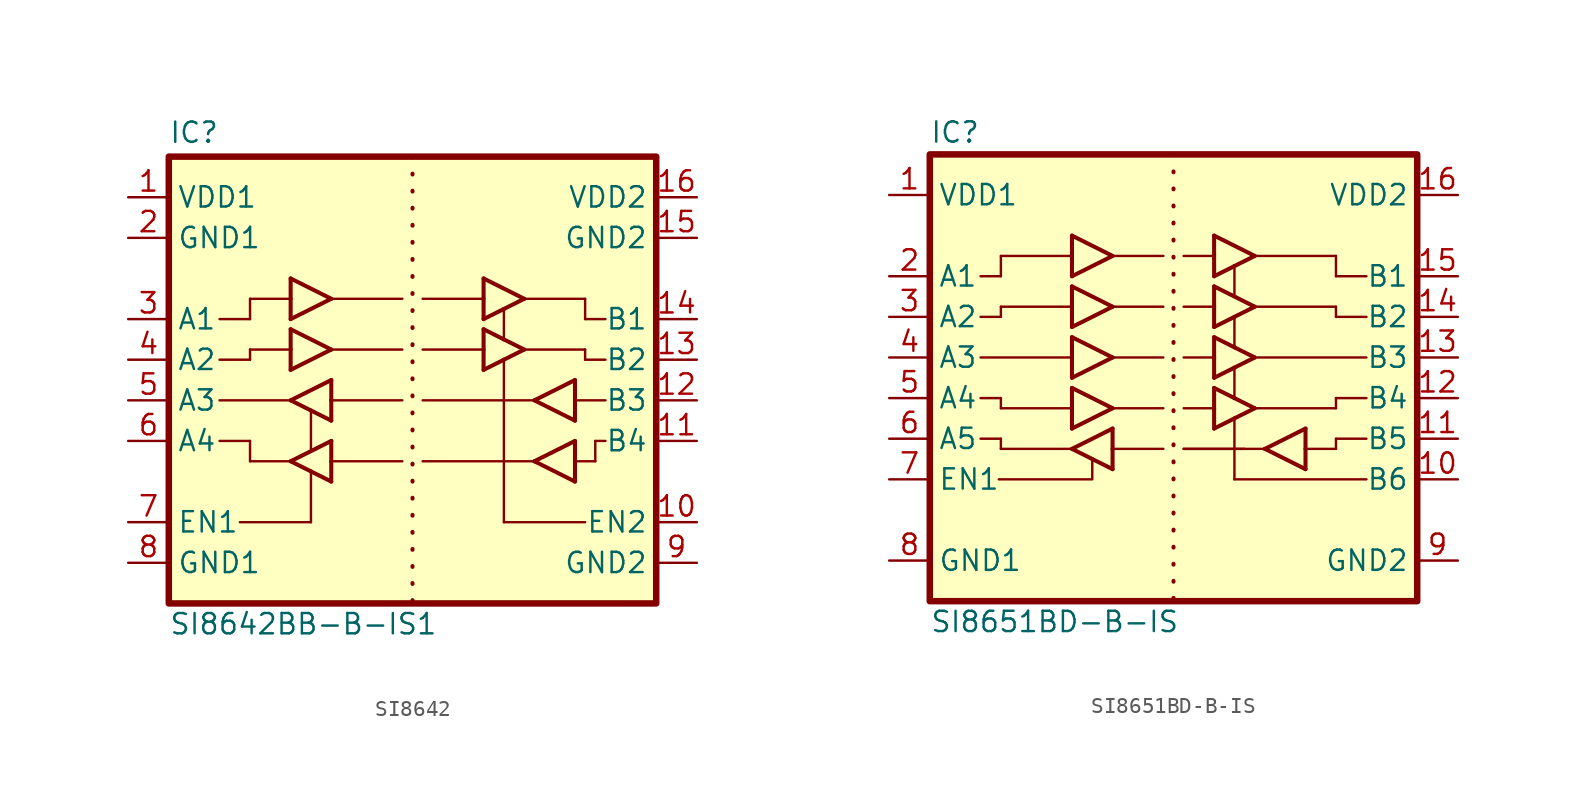
<source format=kicad_sym>
(kicad_symbol_lib
  (version 20241209)
  (generator "kicad_symbol_editor")
  (generator_version "9.0")
  (symbol "SI8642"
    (property "Reference" "IC"
      (at -15.24 13.462 0)
      (effects (font (size 1.27 1.27)) (justify left bottom)))
    (property "Value" "SI8642BB-B-IS1"
      (at -15.24 -17.272 0)
      (effects (font (size 1.27 1.27)) (justify left bottom)))
    (symbol "SI8642_1_0"
      (polyline (pts (xy -12.065 0) (xy -10.16 0)) (stroke (width 0.152) (type solid)) (fill (type none)))
      (polyline (pts (xy -12.065 -2.54) (xy -7.62 -2.54)) (stroke (width 0.152) (type solid)) (fill (type none)))
      (polyline (pts (xy -12.065 -5.08) (xy -10.16 -5.08)) (stroke (width 0.152) (type solid)) (fill (type none)))
      (polyline (pts (xy -10.795 -10.16) (xy -6.35 -10.16)) (stroke (width 0.152) (type solid)) (fill (type none)))
      (polyline (pts (xy -10.16 3.81) (xy -10.16 2.54)) (stroke (width 0.152) (type solid)) (fill (type none)))
      (polyline (pts (xy -10.16 2.54) (xy -12.065 2.54)) (stroke (width 0.152) (type solid)) (fill (type none)))
      (polyline (pts (xy -10.16 0.635) (xy -7.62 0.635)) (stroke (width 0.152) (type solid)) (fill (type none)))
      (polyline (pts (xy -10.16 0) (xy -10.16 0.635)) (stroke (width 0.152) (type solid)) (fill (type none)))
      (polyline (pts (xy -10.16 -5.08) (xy -10.16 -6.35)) (stroke (width 0.152) (type solid)) (fill (type none)))
      (polyline (pts (xy -10.16 -6.35) (xy -7.62 -6.35)) (stroke (width 0.152) (type solid)) (fill (type none)))
      (polyline (pts (xy -7.62 5.08) (xy -5.08 3.81)) (stroke (width 0.254) (type solid)) (fill (type none)))
      (polyline (pts (xy -7.62 3.81) (xy -10.16 3.81)) (stroke (width 0.152) (type solid)) (fill (type none)))
      (polyline (pts (xy -7.62 3.81) (xy -7.62 5.08)) (stroke (width 0.254) (type solid)) (fill (type none)))
      (polyline (pts (xy -7.62 2.54) (xy -7.62 3.81)) (stroke (width 0.254) (type solid)) (fill (type none)))
      (polyline (pts (xy -7.62 1.905) (xy -5.08 0.635)) (stroke (width 0.254) (type solid)) (fill (type none)))
      (polyline (pts (xy -7.62 0.635) (xy -7.62 1.905)) (stroke (width 0.254) (type solid)) (fill (type none)))
      (polyline (pts (xy -7.62 -0.635) (xy -7.62 0.635)) (stroke (width 0.254) (type solid)) (fill (type none)))
      (polyline (pts (xy -7.62 -2.54) (xy -5.08 -1.27)) (stroke (width 0.254) (type solid)) (fill (type none)))
      (polyline (pts (xy -7.62 -6.35) (xy -5.08 -5.08)) (stroke (width 0.254) (type solid)) (fill (type none)))
      (polyline (pts (xy -6.35 -3.175) (xy -7.62 -2.54)) (stroke (width 0.254) (type solid)) (fill (type none)))
      (polyline (pts (xy -6.35 -5.715) (xy -6.35 -3.175)) (stroke (width 0.152) (type solid)) (fill (type none)))
      (polyline (pts (xy -6.35 -6.985) (xy -7.62 -6.35)) (stroke (width 0.254) (type solid)) (fill (type none)))
      (polyline (pts (xy -6.35 -10.16) (xy -6.35 -6.985)) (stroke (width 0.152) (type solid)) (fill (type none)))
      (polyline (pts (xy -5.08 3.81) (xy -7.62 2.54)) (stroke (width 0.254) (type solid)) (fill (type none)))
      (polyline (pts (xy -5.08 3.81) (xy -0.635 3.81)) (stroke (width 0.152) (type solid)) (fill (type none)))
      (polyline (pts (xy -5.08 0.635) (xy -7.62 -0.635)) (stroke (width 0.254) (type solid)) (fill (type none)))
      (polyline (pts (xy -5.08 0.635) (xy -0.635 0.635)) (stroke (width 0.152) (type solid)) (fill (type none)))
      (polyline (pts (xy -5.08 -1.27) (xy -5.08 -2.54)) (stroke (width 0.254) (type solid)) (fill (type none)))
      (polyline (pts (xy -5.08 -2.54) (xy -5.08 -3.81)) (stroke (width 0.254) (type solid)) (fill (type none)))
      (polyline (pts (xy -5.08 -2.54) (xy -0.635 -2.54)) (stroke (width 0.152) (type solid)) (fill (type none)))
      (polyline (pts (xy -5.08 -3.81) (xy -6.35 -3.175)) (stroke (width 0.254) (type solid)) (fill (type none)))
      (polyline (pts (xy -5.08 -5.08) (xy -5.08 -6.35)) (stroke (width 0.254) (type solid)) (fill (type none)))
      (polyline (pts (xy -5.08 -6.35) (xy -5.08 -7.62)) (stroke (width 0.254) (type solid)) (fill (type none)))
      (polyline (pts (xy -5.08 -6.35) (xy -0.635 -6.35)) (stroke (width 0.152) (type solid)) (fill (type none)))
      (polyline (pts (xy -5.08 -7.62) (xy -6.35 -6.985)) (stroke (width 0.254) (type solid)) (fill (type none)))
      (polyline (pts (xy 0 12.7) (xy 0 -15.24)) (stroke (width 0.254) (type dot)) (fill (type none)))
      (polyline (pts (xy 0.635 0.635) (xy 4.445 0.635)) (stroke (width 0.152) (type solid)) (fill (type none)))
      (polyline (pts (xy 0.635 -2.54) (xy 7.62 -2.54)) (stroke (width 0.152) (type solid)) (fill (type none)))
      (polyline (pts (xy 0.635 -6.35) (xy 7.62 -6.35)) (stroke (width 0.152) (type solid)) (fill (type none)))
      (polyline (pts (xy 4.445 5.08) (xy 6.985 3.81)) (stroke (width 0.254) (type solid)) (fill (type none)))
      (polyline (pts (xy 4.445 3.81) (xy 0.635 3.81)) (stroke (width 0.152) (type solid)) (fill (type none)))
      (polyline (pts (xy 4.445 3.81) (xy 4.445 5.08)) (stroke (width 0.254) (type solid)) (fill (type none)))
      (polyline (pts (xy 4.445 2.54) (xy 4.445 3.81)) (stroke (width 0.254) (type solid)) (fill (type none)))
      (polyline (pts (xy 4.445 1.905) (xy 5.715 1.27)) (stroke (width 0.254) (type solid)) (fill (type none)))
      (polyline (pts (xy 4.445 0.635) (xy 4.445 1.905)) (stroke (width 0.254) (type solid)) (fill (type none)))
      (polyline (pts (xy 4.445 -0.635) (xy 4.445 0.635)) (stroke (width 0.254) (type solid)) (fill (type none)))
      (polyline (pts (xy 5.715 3.175) (xy 4.445 2.54)) (stroke (width 0.254) (type solid)) (fill (type none)))
      (polyline (pts (xy 5.715 1.27) (xy 5.715 3.175)) (stroke (width 0.152) (type solid)) (fill (type none)))
      (polyline (pts (xy 5.715 1.27) (xy 6.985 0.635)) (stroke (width 0.254) (type solid)) (fill (type none)))
      (polyline (pts (xy 5.715 0) (xy 4.445 -0.635)) (stroke (width 0.254) (type solid)) (fill (type none)))
      (polyline (pts (xy 5.715 -10.16) (xy 5.715 0)) (stroke (width 0.152) (type solid)) (fill (type none)))
      (polyline (pts (xy 6.985 3.81) (xy 5.715 3.175)) (stroke (width 0.254) (type solid)) (fill (type none)))
      (polyline (pts (xy 6.985 3.81) (xy 10.795 3.81)) (stroke (width 0.152) (type solid)) (fill (type none)))
      (polyline (pts (xy 6.985 0.635) (xy 5.715 0)) (stroke (width 0.254) (type solid)) (fill (type none)))
      (polyline (pts (xy 6.985 0.635) (xy 10.795 0.635)) (stroke (width 0.152) (type solid)) (fill (type none)))
      (polyline (pts (xy 7.62 -2.54) (xy 10.16 -1.27)) (stroke (width 0.254) (type solid)) (fill (type none)))
      (polyline (pts (xy 7.62 -6.35) (xy 10.16 -5.08)) (stroke (width 0.254) (type solid)) (fill (type none)))
      (polyline (pts (xy 10.16 -1.27) (xy 10.16 -2.54)) (stroke (width 0.254) (type solid)) (fill (type none)))
      (polyline (pts (xy 10.16 -2.54) (xy 10.16 -3.81)) (stroke (width 0.254) (type solid)) (fill (type none)))
      (polyline (pts (xy 10.16 -2.54) (xy 12.065 -2.54)) (stroke (width 0.152) (type solid)) (fill (type none)))
      (polyline (pts (xy 10.16 -3.81) (xy 7.62 -2.54)) (stroke (width 0.254) (type solid)) (fill (type none)))
      (polyline (pts (xy 10.16 -5.08) (xy 10.16 -6.35)) (stroke (width 0.254) (type solid)) (fill (type none)))
      (polyline (pts (xy 10.16 -6.35) (xy 10.16 -7.62)) (stroke (width 0.254) (type solid)) (fill (type none)))
      (polyline (pts (xy 10.16 -6.35) (xy 11.43 -6.35)) (stroke (width 0.152) (type solid)) (fill (type none)))
      (polyline (pts (xy 10.16 -7.62) (xy 7.62 -6.35)) (stroke (width 0.254) (type solid)) (fill (type none)))
      (polyline (pts (xy 10.795 3.81) (xy 10.795 2.54)) (stroke (width 0.152) (type solid)) (fill (type none)))
      (polyline (pts (xy 10.795 2.54) (xy 12.065 2.54)) (stroke (width 0.152) (type solid)) (fill (type none)))
      (polyline (pts (xy 10.795 0.635) (xy 10.795 0)) (stroke (width 0.152) (type solid)) (fill (type none)))
      (polyline (pts (xy 10.795 0) (xy 12.065 0)) (stroke (width 0.152) (type solid)) (fill (type none)))
      (polyline (pts (xy 10.795 -10.16) (xy 5.715 -10.16)) (stroke (width 0.152) (type solid)) (fill (type none)))
      (polyline (pts (xy 11.43 -5.08) (xy 12.065 -5.08)) (stroke (width 0.152) (type solid)) (fill (type none)))
      (polyline (pts (xy 11.43 -6.35) (xy 11.43 -5.08)) (stroke (width 0.152) (type solid)) (fill (type none)))
      (pin passive line (at -17.78 10.16 0) (length 2.54) (name "VDD1" (effects (font (size 1.27 1.27)))) (number "1" (effects (font (size 1.27 1.27)))))
      (pin passive line (at -17.78 7.62 0) (length 2.54) (name "GND1" (effects (font (size 1.27 1.27)))) (number "2" (effects (font (size 1.27 1.27)))))
      (pin input line (at -17.78 2.54 0) (length 2.54) (name "A1" (effects (font (size 1.27 1.27)))) (number "3" (effects (font (size 1.27 1.27)))))
      (pin input line (at -17.78 0 0) (length 2.54) (name "A2" (effects (font (size 1.27 1.27)))) (number "4" (effects (font (size 1.27 1.27)))))
      (pin input line (at -17.78 -2.54 0) (length 2.54) (name "A3" (effects (font (size 1.27 1.27)))) (number "5" (effects (font (size 1.27 1.27)))))
      (pin output line (at -17.78 -5.08 0) (length 2.54) (name "A4" (effects (font (size 1.27 1.27)))) (number "6" (effects (font (size 1.27 1.27)))))
      (pin input line (at -17.78 -10.16 0) (length 2.54) (name "EN1" (effects (font (size 1.27 1.27)))) (number "7" (effects (font (size 1.27 1.27)))))
      (pin passive line (at -17.78 -12.7 0) (length 2.54) (name "GND1" (effects (font (size 1.27 1.27)))) (number "8" (effects (font (size 1.27 1.27)))))
      (pin passive line (at 17.78 10.16 180) (length 2.54) (name "VDD2" (effects (font (size 1.27 1.27)))) (number "16" (effects (font (size 1.27 1.27)))))
      (pin passive line (at 17.78 7.62 180) (length 2.54) (name "GND2" (effects (font (size 1.27 1.27)))) (number "15" (effects (font (size 1.27 1.27)))))
      (pin output line (at 17.78 2.54 180) (length 2.54) (name "B1" (effects (font (size 1.27 1.27)))) (number "14" (effects (font (size 1.27 1.27)))))
      (pin output line (at 17.78 0 180) (length 2.54) (name "B2" (effects (font (size 1.27 1.27)))) (number "13" (effects (font (size 1.27 1.27)))))
      (pin output line (at 17.78 -2.54 180) (length 2.54) (name "B3" (effects (font (size 1.27 1.27)))) (number "12" (effects (font (size 1.27 1.27)))))
      (pin input line (at 17.78 -5.08 180) (length 2.54) (name "B4" (effects (font (size 1.27 1.27)))) (number "11" (effects (font (size 1.27 1.27)))))
      (pin input line (at 17.78 -10.16 180) (length 2.54) (name "EN2" (effects (font (size 1.27 1.27)))) (number "10" (effects (font (size 1.27 1.27)))))
      (pin passive line (at 17.78 -12.7 180) (length 2.54) (name "GND2" (effects (font (size 1.27 1.27)))) (number "9" (effects (font (size 1.27 1.27))))))
    (symbol "SI8642_1_1"
      (rectangle (start -15.24 12.7) (end 15.24 -15.24) (stroke (width 0.406) (type default)) (fill (type background)))))
  (symbol "SI8651BD-B-IS"
    (property "Reference" "IC"
      (at 0 0.635 0)
      (effects (font (size 1.27 1.27)) (justify left bottom)))
    (property "Value" "SI8651BD-B-IS"
      (at 0 -29.972 0)
      (effects (font (size 1.27 1.27)) (justify left bottom)))
    (symbol "SI8651BD-B-IS_0_1"
      (polyline (pts (xy 10.16 -19.05) (xy 10.16 -20.32) (xy 4.318 -20.32)) (stroke (width 0) (type default)) (fill (type none))))
    (symbol "SI8651BD-B-IS_1_0"
      (polyline (pts (xy 3.175 -7.62) (xy 4.445 -7.62)) (stroke (width 0.152) (type solid)) (fill (type none)))
      (polyline (pts (xy 3.175 -10.16) (xy 4.445 -10.16)) (stroke (width 0.152) (type solid)) (fill (type none)))
      (polyline (pts (xy 3.175 -15.24) (xy 4.445 -15.24)) (stroke (width 0.152) (type solid)) (fill (type none)))
      (polyline (pts (xy 3.175 -17.78) (xy 4.445 -17.78)) (stroke (width 0.152) (type solid)) (fill (type none)))
      (polyline (pts (xy 4.445 -6.35) (xy 4.445 -7.62)) (stroke (width 0.152) (type solid)) (fill (type none)))
      (polyline (pts (xy 4.445 -9.525) (xy 4.445 -10.16)) (stroke (width 0.152) (type solid)) (fill (type none)))
      (polyline (pts (xy 4.445 -15.875) (xy 4.445 -15.24)) (stroke (width 0.152) (type solid)) (fill (type none)))
      (polyline (pts (xy 4.445 -17.78) (xy 4.445 -18.415)) (stroke (width 0.152) (type solid)) (fill (type none)))
      (polyline (pts (xy 8.89 -5.08) (xy 11.43 -6.35)) (stroke (width 0.254) (type solid)) (fill (type none)))
      (polyline (pts (xy 8.89 -6.35) (xy 4.445 -6.35)) (stroke (width 0.152) (type solid)) (fill (type none)))
      (polyline (pts (xy 8.89 -6.35) (xy 8.89 -5.08)) (stroke (width 0.254) (type solid)) (fill (type none)))
      (polyline (pts (xy 8.89 -7.62) (xy 8.89 -6.35)) (stroke (width 0.254) (type solid)) (fill (type none)))
      (polyline (pts (xy 8.89 -8.255) (xy 11.43 -9.525)) (stroke (width 0.254) (type solid)) (fill (type none)))
      (polyline (pts (xy 8.89 -9.525) (xy 4.445 -9.525)) (stroke (width 0.152) (type solid)) (fill (type none)))
      (polyline (pts (xy 8.89 -9.525) (xy 8.89 -8.255)) (stroke (width 0.254) (type solid)) (fill (type none)))
      (polyline (pts (xy 8.89 -10.795) (xy 8.89 -9.525)) (stroke (width 0.254) (type solid)) (fill (type none)))
      (polyline (pts (xy 8.89 -11.43) (xy 11.43 -12.7)) (stroke (width 0.254) (type solid)) (fill (type none)))
      (polyline (pts (xy 8.89 -12.7) (xy 3.175 -12.7)) (stroke (width 0.152) (type solid)) (fill (type none)))
      (polyline (pts (xy 8.89 -12.7) (xy 8.89 -11.43)) (stroke (width 0.254) (type solid)) (fill (type none)))
      (polyline (pts (xy 8.89 -13.97) (xy 8.89 -12.7)) (stroke (width 0.254) (type solid)) (fill (type none)))
      (polyline (pts (xy 8.89 -14.605) (xy 11.43 -15.875)) (stroke (width 0.254) (type solid)) (fill (type none)))
      (polyline (pts (xy 8.89 -15.875) (xy 4.445 -15.875)) (stroke (width 0.152) (type solid)) (fill (type none)))
      (polyline (pts (xy 8.89 -15.875) (xy 8.89 -14.605)) (stroke (width 0.254) (type solid)) (fill (type none)))
      (polyline (pts (xy 8.89 -17.145) (xy 8.89 -15.875)) (stroke (width 0.254) (type solid)) (fill (type none)))
      (polyline (pts (xy 8.89 -18.415) (xy 4.445 -18.415)) (stroke (width 0.152) (type solid)) (fill (type none)))
      (polyline (pts (xy 8.89 -18.415) (xy 11.43 -17.145)) (stroke (width 0.254) (type solid)) (fill (type none)))
      (polyline (pts (xy 10.16 -19.05) (xy 8.89 -18.415)) (stroke (width 0.254) (type solid)) (fill (type none)))
      (polyline (pts (xy 11.43 -6.35) (xy 8.89 -7.62)) (stroke (width 0.254) (type solid)) (fill (type none)))
      (polyline (pts (xy 11.43 -6.35) (xy 14.605 -6.35)) (stroke (width 0.152) (type solid)) (fill (type none)))
      (polyline (pts (xy 11.43 -9.525) (xy 8.89 -10.795)) (stroke (width 0.254) (type solid)) (fill (type none)))
      (polyline (pts (xy 11.43 -9.525) (xy 14.605 -9.525)) (stroke (width 0.152) (type solid)) (fill (type none)))
      (polyline (pts (xy 11.43 -12.7) (xy 8.89 -13.97)) (stroke (width 0.254) (type solid)) (fill (type none)))
      (polyline (pts (xy 11.43 -12.7) (xy 14.605 -12.7)) (stroke (width 0.152) (type solid)) (fill (type none)))
      (polyline (pts (xy 11.43 -15.875) (xy 8.89 -17.145)) (stroke (width 0.254) (type solid)) (fill (type none)))
      (polyline (pts (xy 11.43 -15.875) (xy 14.605 -15.875)) (stroke (width 0.152) (type solid)) (fill (type none)))
      (polyline (pts (xy 11.43 -17.145) (xy 11.43 -18.415)) (stroke (width 0.254) (type solid)) (fill (type none)))
      (polyline (pts (xy 11.43 -18.415) (xy 11.43 -19.685)) (stroke (width 0.254) (type solid)) (fill (type none)))
      (polyline (pts (xy 11.43 -18.415) (xy 14.605 -18.415)) (stroke (width 0.152) (type solid)) (fill (type none)))
      (polyline (pts (xy 11.43 -19.685) (xy 10.16 -19.05)) (stroke (width 0.254) (type solid)) (fill (type none)))
      (polyline (pts (xy 15.24 0) (xy 15.24 -27.94)) (stroke (width 0.254) (type dot)) (fill (type none)))
      (polyline (pts (xy 15.875 -6.35) (xy 17.78 -6.35)) (stroke (width 0.152) (type solid)) (fill (type none)))
      (polyline (pts (xy 15.875 -9.525) (xy 17.78 -9.525)) (stroke (width 0.152) (type solid)) (fill (type none)))
      (polyline (pts (xy 15.875 -12.7) (xy 17.78 -12.7)) (stroke (width 0.152) (type solid)) (fill (type none)))
      (polyline (pts (xy 15.875 -15.875) (xy 17.78 -15.875)) (stroke (width 0.152) (type solid)) (fill (type none)))
      (polyline (pts (xy 15.875 -18.415) (xy 19.685 -18.415)) (stroke (width 0.152) (type solid)) (fill (type none)))
      (polyline (pts (xy 15.875 -18.415) (xy 20.955 -18.415)) (stroke (width 0.152) (type solid)) (fill (type none)))
      (polyline (pts (xy 17.78 -5.08) (xy 20.32 -6.35)) (stroke (width 0.254) (type solid)) (fill (type none)))
      (polyline (pts (xy 17.78 -6.35) (xy 17.78 -5.08)) (stroke (width 0.254) (type solid)) (fill (type none)))
      (polyline (pts (xy 17.78 -7.62) (xy 17.78 -6.35)) (stroke (width 0.254) (type solid)) (fill (type none)))
      (polyline (pts (xy 17.78 -8.255) (xy 20.32 -9.525)) (stroke (width 0.254) (type solid)) (fill (type none)))
      (polyline (pts (xy 17.78 -9.525) (xy 17.78 -8.255)) (stroke (width 0.254) (type solid)) (fill (type none)))
      (polyline (pts (xy 17.78 -10.795) (xy 17.78 -9.525)) (stroke (width 0.254) (type solid)) (fill (type none)))
      (polyline (pts (xy 17.78 -11.43) (xy 19.05 -12.065)) (stroke (width 0.254) (type solid)) (fill (type none)))
      (polyline (pts (xy 17.78 -12.7) (xy 17.78 -11.43)) (stroke (width 0.254) (type solid)) (fill (type none)))
      (polyline (pts (xy 17.78 -13.97) (xy 17.78 -12.7)) (stroke (width 0.254) (type solid)) (fill (type none)))
      (polyline (pts (xy 17.78 -14.605) (xy 19.05 -15.24)) (stroke (width 0.254) (type solid)) (fill (type none)))
      (polyline (pts (xy 17.78 -15.875) (xy 17.78 -14.605)) (stroke (width 0.254) (type solid)) (fill (type none)))
      (polyline (pts (xy 17.78 -17.145) (xy 17.78 -15.875)) (stroke (width 0.254) (type solid)) (fill (type none)))
      (polyline (pts (xy 19.05 -6.985) (xy 17.78 -7.62)) (stroke (width 0.254) (type solid)) (fill (type none)))
      (polyline (pts (xy 19.05 -8.89) (xy 19.05 -6.985)) (stroke (width 0.152) (type solid)) (fill (type none)))
      (polyline (pts (xy 19.05 -10.16) (xy 17.78 -10.795)) (stroke (width 0.254) (type solid)) (fill (type none)))
      (polyline (pts (xy 19.05 -12.065) (xy 19.05 -10.16)) (stroke (width 0.152) (type solid)) (fill (type none)))
      (polyline (pts (xy 19.05 -12.065) (xy 20.32 -12.7)) (stroke (width 0.254) (type solid)) (fill (type none)))
      (polyline (pts (xy 19.05 -13.335) (xy 17.78 -13.97)) (stroke (width 0.254) (type solid)) (fill (type none)))
      (polyline (pts (xy 19.05 -15.24) (xy 19.05 -13.335)) (stroke (width 0.152) (type solid)) (fill (type none)))
      (polyline (pts (xy 19.05 -15.24) (xy 20.32 -15.875)) (stroke (width 0.254) (type solid)) (fill (type none)))
      (polyline (pts (xy 19.05 -16.51) (xy 17.78 -17.145)) (stroke (width 0.254) (type solid)) (fill (type none)))
      (polyline (pts (xy 19.05 -20.32) (xy 19.05 -16.51)) (stroke (width 0.152) (type solid)) (fill (type none)))
      (polyline (pts (xy 19.05 -20.32) (xy 27.305 -20.32)) (stroke (width 0.152) (type solid)) (fill (type none)))
      (polyline (pts (xy 20.32 -6.35) (xy 19.05 -6.985)) (stroke (width 0.254) (type solid)) (fill (type none)))
      (polyline (pts (xy 20.32 -6.35) (xy 25.4 -6.35)) (stroke (width 0.152) (type solid)) (fill (type none)))
      (polyline (pts (xy 20.32 -9.525) (xy 19.05 -10.16)) (stroke (width 0.254) (type solid)) (fill (type none)))
      (polyline (pts (xy 20.32 -9.525) (xy 25.4 -9.525)) (stroke (width 0.152) (type solid)) (fill (type none)))
      (polyline (pts (xy 20.32 -12.7) (xy 19.05 -13.335)) (stroke (width 0.254) (type solid)) (fill (type none)))
      (polyline (pts (xy 20.32 -12.7) (xy 27.305 -12.7)) (stroke (width 0.152) (type solid)) (fill (type none)))
      (polyline (pts (xy 20.32 -15.875) (xy 19.05 -16.51)) (stroke (width 0.254) (type solid)) (fill (type none)))
      (polyline (pts (xy 20.32 -15.875) (xy 25.4 -15.875)) (stroke (width 0.152) (type solid)) (fill (type none)))
      (polyline (pts (xy 20.955 -18.415) (xy 23.495 -17.145)) (stroke (width 0.254) (type solid)) (fill (type none)))
      (polyline (pts (xy 23.495 -17.145) (xy 23.495 -18.415)) (stroke (width 0.254) (type solid)) (fill (type none)))
      (polyline (pts (xy 23.495 -18.415) (xy 23.495 -19.685)) (stroke (width 0.254) (type solid)) (fill (type none)))
      (polyline (pts (xy 23.495 -18.415) (xy 25.4 -18.415)) (stroke (width 0.152) (type solid)) (fill (type none)))
      (polyline (pts (xy 23.495 -19.685) (xy 20.955 -18.415)) (stroke (width 0.254) (type solid)) (fill (type none)))
      (polyline (pts (xy 25.4 -6.35) (xy 25.4 -7.62)) (stroke (width 0.152) (type solid)) (fill (type none)))
      (polyline (pts (xy 25.4 -7.62) (xy 27.305 -7.62)) (stroke (width 0.152) (type solid)) (fill (type none)))
      (polyline (pts (xy 25.4 -9.525) (xy 25.4 -10.16)) (stroke (width 0.152) (type solid)) (fill (type none)))
      (polyline (pts (xy 25.4 -10.16) (xy 27.305 -10.16)) (stroke (width 0.152) (type solid)) (fill (type none)))
      (polyline (pts (xy 25.4 -15.24) (xy 27.305 -15.24)) (stroke (width 0.152) (type solid)) (fill (type none)))
      (polyline (pts (xy 25.4 -15.875) (xy 25.4 -15.24)) (stroke (width 0.152) (type solid)) (fill (type none)))
      (polyline (pts (xy 25.4 -17.78) (xy 27.305 -17.78)) (stroke (width 0.152) (type solid)) (fill (type none)))
      (polyline (pts (xy 25.4 -18.415) (xy 25.4 -17.78)) (stroke (width 0.152) (type solid)) (fill (type none)))
      (pin power_in line (at -2.54 -2.54 0) (length 2.54) (name "VDD1" (effects (font (size 1.27 1.27)))) (number "1" (effects (font (size 1.27 1.27)))))
      (pin input line (at -2.54 -7.62 0) (length 2.54) (name "A1" (effects (font (size 1.27 1.27)))) (number "2" (effects (font (size 1.27 1.27)))))
      (pin input line (at -2.54 -10.16 0) (length 2.54) (name "A2" (effects (font (size 1.27 1.27)))) (number "3" (effects (font (size 1.27 1.27)))))
      (pin input line (at -2.54 -12.7 0) (length 2.54) (name "A3" (effects (font (size 1.27 1.27)))) (number "4" (effects (font (size 1.27 1.27)))))
      (pin input line (at -2.54 -15.24 0) (length 2.54) (name "A4" (effects (font (size 1.27 1.27)))) (number "5" (effects (font (size 1.27 1.27)))))
      (pin output line (at -2.54 -17.78 0) (length 2.54) (name "A5" (effects (font (size 1.27 1.27)))) (number "6" (effects (font (size 1.27 1.27)))))
      (pin output line (at -2.54 -20.32 0) (length 2.54) (name "EN1" (effects (font (size 1.27 1.27)))) (number "7" (effects (font (size 1.27 1.27)))))
      (pin passive line (at -2.54 -25.4 0) (length 2.54) (name "GND1" (effects (font (size 1.27 1.27)))) (number "8" (effects (font (size 1.27 1.27)))))
      (pin power_in line (at 33.02 -2.54 180) (length 2.54) (name "VDD2" (effects (font (size 1.27 1.27)))) (number "16" (effects (font (size 1.27 1.27)))))
      (pin output line (at 33.02 -7.62 180) (length 2.54) (name "B1" (effects (font (size 1.27 1.27)))) (number "15" (effects (font (size 1.27 1.27)))))
      (pin output line (at 33.02 -10.16 180) (length 2.54) (name "B2" (effects (font (size 1.27 1.27)))) (number "14" (effects (font (size 1.27 1.27)))))
      (pin output line (at 33.02 -12.7 180) (length 2.54) (name "B3" (effects (font (size 1.27 1.27)))) (number "13" (effects (font (size 1.27 1.27)))))
      (pin output line (at 33.02 -15.24 180) (length 2.54) (name "B4" (effects (font (size 1.27 1.27)))) (number "12" (effects (font (size 1.27 1.27)))))
      (pin input line (at 33.02 -17.78 180) (length 2.54) (name "B5" (effects (font (size 1.27 1.27)))) (number "11" (effects (font (size 1.27 1.27)))))
      (pin input line (at 33.02 -20.32 180) (length 2.54) (name "B6" (effects (font (size 1.27 1.27)))) (number "10" (effects (font (size 1.27 1.27)))))
      (pin passive line (at 33.02 -25.4 180) (length 2.54) (name "GND2" (effects (font (size 1.27 1.27)))) (number "9" (effects (font (size 1.27 1.27))))))
    (symbol "SI8651BD-B-IS_1_1"
      (rectangle (start 0 0) (end 30.48 -27.94) (stroke (width 0.406) (type default)) (fill (type background))))))
</source>
